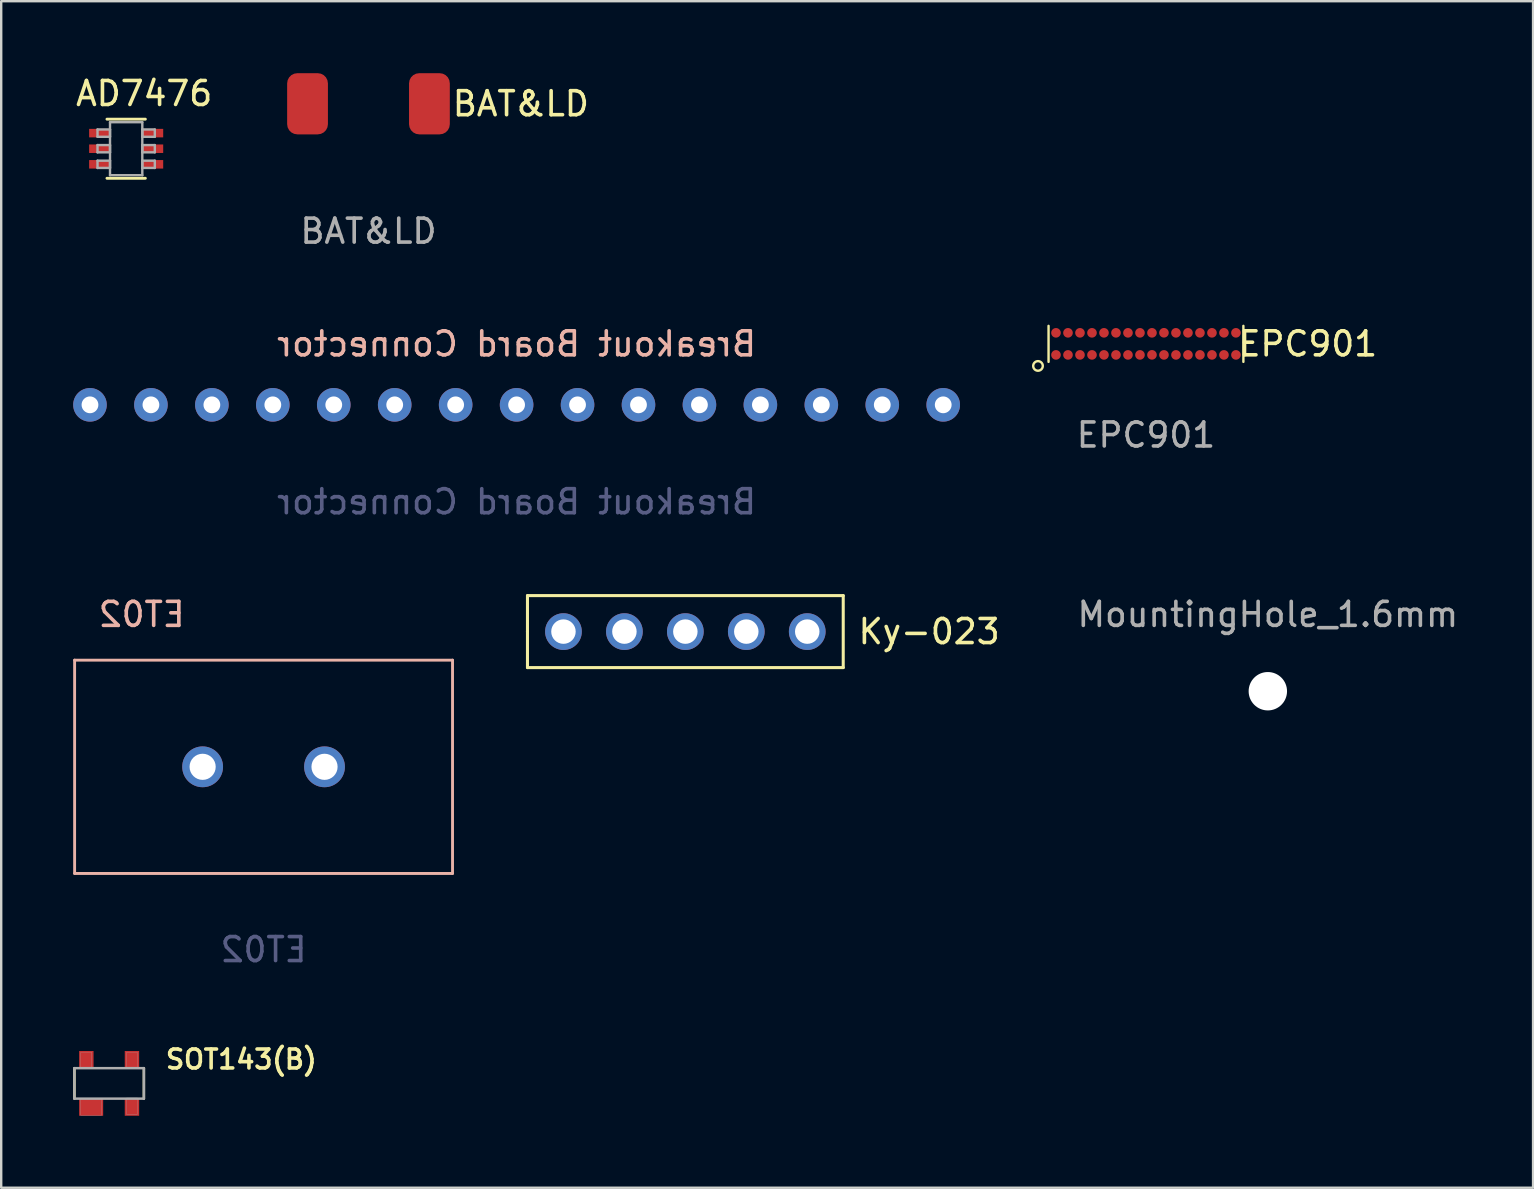
<source format=kicad_pcb>
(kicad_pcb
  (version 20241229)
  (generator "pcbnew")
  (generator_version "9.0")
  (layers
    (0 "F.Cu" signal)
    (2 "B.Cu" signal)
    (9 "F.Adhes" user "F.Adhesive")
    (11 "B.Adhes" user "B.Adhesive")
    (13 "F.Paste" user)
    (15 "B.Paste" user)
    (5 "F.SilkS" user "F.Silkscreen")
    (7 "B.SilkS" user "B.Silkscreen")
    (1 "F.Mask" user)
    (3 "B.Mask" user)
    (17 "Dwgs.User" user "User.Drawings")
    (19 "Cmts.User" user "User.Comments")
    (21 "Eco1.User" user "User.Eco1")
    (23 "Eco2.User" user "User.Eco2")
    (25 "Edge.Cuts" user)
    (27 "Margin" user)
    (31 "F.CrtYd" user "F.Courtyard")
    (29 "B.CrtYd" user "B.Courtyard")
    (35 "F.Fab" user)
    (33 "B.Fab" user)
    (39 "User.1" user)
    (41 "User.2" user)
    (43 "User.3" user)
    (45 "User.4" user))
  (footprint "Ky-023"
    (layer "F.Cu")
    (at 20.433 23.273)
    (property "Reference" "Ky-023" (at 15.24 0 0) (layer "F.SilkS") (effects (font (size 1.003 1.003) (thickness 0.15))))
    (attr through_hole)
    (fp_line (start -1.5 -1.5) (end 11.66 -1.5) (stroke (width 0.127) (type solid)) (layer "F.SilkS"))
    (fp_line (start -1.5 -0.01) (end -1.5 -1.5) (stroke (width 0.127) (type solid)) (layer "F.SilkS"))
    (fp_line (start -1.5 0) (end -1.5 -0.01) (stroke (width 0.127) (type solid)) (layer "F.SilkS"))
    (fp_line (start -1.5 1.5) (end -1.5 0) (stroke (width 0.127) (type solid)) (layer "F.SilkS"))
    (fp_line (start 11.66 -1.5) (end 11.66 1.5) (stroke (width 0.127) (type solid)) (layer "F.SilkS"))
    (fp_line (start 11.66 1.5) (end -1.5 1.5) (stroke (width 0.127) (type solid)) (layer "F.SilkS"))
    (pad "1" thru_hole circle (at 0 0) (size 1.53 1.53) (drill 1.02) (layers "*.Cu" "*.Mask"))
    (pad "2" thru_hole circle (at 2.54 0) (size 1.53 1.53) (drill 1.02) (layers "*.Cu" "*.Mask"))
    (pad "3" thru_hole circle (at 5.08 0) (size 1.53 1.53) (drill 1.02) (layers "*.Cu" "*.Mask"))
    (pad "4" thru_hole circle (at 7.62 0) (size 1.53 1.53) (drill 1.02) (layers "*.Cu" "*.Mask"))
    (pad "5" thru_hole circle (at 10.16 0) (size 1.53 1.53) (drill 1.02) (layers "*.Cu" "*.Mask")))
  (footprint "MountingHole_1.6mm"
    (layer "F.Cu")
    (at 49.789 25.758)
    (property "Reference" "MountingHole_1.6mm" (at 0 -3.2 0) (layer "F.Fab") (effects (font (size 1 1) (thickness 0.15))))
    (attr exclude_from_pos_files exclude_from_bom)
    (pad "" np_thru_hole circle (at 0 0) (size 1.6 1.6) (drill 1.6) (layers "*.Cu" "*.Mask")))
  (footprint "BAT&LD"
    (layer "F.Cu")
    (at 12.307 1.275)
    (property "Reference" "BAT&LD" (at 6.35 0 0) (unlocked yes) (layer "F.SilkS") (effects (font (size 1 1) (thickness 0.15))))
    (attr smd)
    (fp_text user "${REFERENCE}" (at 0 5.31 0) (unlocked yes) (layer "F.Fab") (effects (font (size 1 1) (thickness 0.15))))
    (pad "1" smd roundrect (at -2.54 0 90) (size 2.55 1.7) (layers "F.Cu" "F.Mask" "F.Paste") (roundrect_rratio 0.25))
    (pad "2" smd roundrect (at 2.54 0 90) (size 2.55 1.7) (layers "F.Cu" "F.Mask" "F.Paste") (roundrect_rratio 0.25)))
  (footprint "ET02"
    (layer "F.Cu")
    (at 7.935 28.908)
    (property "Reference" "ET02" (at -5.08 -6.35 0) (unlocked yes) (layer "B.SilkS") (effects (font (size 1 1) (thickness 0.15)) (justify mirror)))
    (attr through_hole)
    (fp_line (start -7.875 -4.445) (end -7.875 4.445) (stroke (width 0.12) (type solid)) (layer "B.SilkS"))
    (fp_line (start -7.875 -4.445) (end 7.875 -4.445) (stroke (width 0.12) (type solid)) (layer "B.SilkS"))
    (fp_line (start -7.875 4.445) (end 7.875 4.445) (stroke (width 0.12) (type solid)) (layer "B.SilkS"))
    (fp_line (start 7.875 -4.445) (end 7.875 4.445) (stroke (width 0.12) (type solid)) (layer "B.SilkS"))
    (fp_text user "${REFERENCE}" (at 0 7.62 0) (unlocked yes) (layer "B.Fab") (effects (font (size 1 1) (thickness 0.15)) (justify mirror)))
    (pad "1" thru_hole circle (at -2.54 0) (size 1.7 1.7) (drill 1.09) (layers "*.Cu" "*.Mask"))
    (pad "2" thru_hole circle (at 2.54 0) (size 1.7 1.7) (drill 1.09) (layers "*.Cu" "*.Mask")))
  (footprint "Breakout Board Connector"
    (layer "F.Cu")
    (at 18.48 13.822)
    (property "Reference" "Breakout Board Connector" (at 0 -2.54 0) (unlocked yes) (layer "B.SilkS") (effects (font (size 1 1) (thickness 0.15)) (justify mirror)))
    (attr through_hole)
    (fp_text user "${REFERENCE}" (at 0 4.04 0) (unlocked yes) (layer "B.Fab") (effects (font (size 1 1) (thickness 0.15)) (justify mirror)))
    (pad "1" thru_hole circle (at -17.78 0) (size 1.4 1.4) (drill 0.7) (layers "*.Cu" "*.Mask"))
    (pad "2" thru_hole circle (at -15.24 0) (size 1.4 1.4) (drill 0.7) (layers "*.Cu" "*.Mask"))
    (pad "3" thru_hole circle (at -12.7 0) (size 1.4 1.4) (drill 0.7) (layers "*.Cu" "*.Mask"))
    (pad "4" thru_hole circle (at -10.16 0) (size 1.4 1.4) (drill 0.7) (layers "*.Cu" "*.Mask"))
    (pad "5" thru_hole circle (at -7.62 0) (size 1.4 1.4) (drill 0.7) (layers "*.Cu" "*.Mask"))
    (pad "6" thru_hole circle (at -5.08 0) (size 1.4 1.4) (drill 0.7) (layers "*.Cu" "*.Mask"))
    (pad "7" thru_hole circle (at -2.54 0) (size 1.4 1.4) (drill 0.7) (layers "*.Cu" "*.Mask"))
    (pad "8" thru_hole circle (at 0 0) (size 1.4 1.4) (drill 0.7) (layers "*.Cu" "*.Mask"))
    (pad "9" thru_hole circle (at 2.54 0) (size 1.4 1.4) (drill 0.7) (layers "*.Cu" "*.Mask"))
    (pad "10" thru_hole circle (at 5.08 0) (size 1.4 1.4) (drill 0.7) (layers "*.Cu" "*.Mask"))
    (pad "11" thru_hole circle (at 7.62 0) (size 1.4 1.4) (drill 0.7) (layers "*.Cu" "*.Mask"))
    (pad "12" thru_hole circle (at 10.16 0) (size 1.4 1.4) (drill 0.7) (layers "*.Cu" "*.Mask"))
    (pad "13" thru_hole circle (at 12.7 0) (size 1.4 1.4) (drill 0.7) (layers "*.Cu" "*.Mask"))
    (pad "14" thru_hole circle (at 15.24 0) (size 1.4 1.4) (drill 0.7) (layers "*.Cu" "*.Mask"))
    (pad "15" thru_hole circle (at 17.78 0) (size 1.4 1.4) (drill 0.7) (layers "*.Cu" "*.Mask")))
  (footprint "AD7476"
    (layer "F.Cu")
    (at 2.208 3.148)
    (property "Reference" "AD7476" (at 0.75 -2.3 0) (layer "F.SilkS") (effects (font (size 1 1) (thickness 0.15))))
    (attr through_hole)
    (fp_line (start -0.8 1.232) (end 0.8 1.232) (stroke (width 0.12) (type solid)) (layer "F.SilkS"))
    (fp_line (start 0.8 -1.232) (end -0.8 -1.232) (stroke (width 0.12) (type solid)) (layer "F.SilkS"))
    (fp_line (start -1.194 -0.802) (end -1.194 -0.498) (stroke (width 0.1) (type solid)) (layer "F.Fab"))
    (fp_line (start -1.194 -0.498) (end -0.673 -0.498) (stroke (width 0.1) (type solid)) (layer "F.Fab"))
    (fp_line (start -1.194 -0.152) (end -1.194 0.152) (stroke (width 0.1) (type solid)) (layer "F.Fab"))
    (fp_line (start -1.194 0.152) (end -0.673 0.152) (stroke (width 0.1) (type solid)) (layer "F.Fab"))
    (fp_line (start -1.194 0.498) (end -1.194 0.802) (stroke (width 0.1) (type solid)) (layer "F.Fab"))
    (fp_line (start -1.194 0.802) (end -0.673 0.802) (stroke (width 0.1) (type solid)) (layer "F.Fab"))
    (fp_line (start -0.673 -1.105) (end -0.673 1.105) (stroke (width 0.1) (type solid)) (layer "F.Fab"))
    (fp_line (start -0.673 -0.802) (end -1.194 -0.802) (stroke (width 0.1) (type solid)) (layer "F.Fab"))
    (fp_line (start -0.673 -0.498) (end -0.673 -0.802) (stroke (width 0.1) (type solid)) (layer "F.Fab"))
    (fp_line (start -0.673 -0.152) (end -1.194 -0.152) (stroke (width 0.1) (type solid)) (layer "F.Fab"))
    (fp_line (start -0.673 0.152) (end -0.673 -0.152) (stroke (width 0.1) (type solid)) (layer "F.Fab"))
    (fp_line (start -0.673 0.498) (end -1.194 0.498) (stroke (width 0.1) (type solid)) (layer "F.Fab"))
    (fp_line (start -0.673 0.802) (end -0.673 0.498) (stroke (width 0.1) (type solid)) (layer "F.Fab"))
    (fp_line (start -0.673 1.105) (end 0.673 1.105) (stroke (width 0.1) (type solid)) (layer "F.Fab"))
    (fp_line (start 0.673 -1.105) (end -0.673 -1.105) (stroke (width 0.1) (type solid)) (layer "F.Fab"))
    (fp_line (start 0.673 -0.802) (end 0.673 -0.498) (stroke (width 0.1) (type solid)) (layer "F.Fab"))
    (fp_line (start 0.673 -0.498) (end 1.194 -0.498) (stroke (width 0.1) (type solid)) (layer "F.Fab"))
    (fp_line (start 0.673 -0.152) (end 0.673 0.152) (stroke (width 0.1) (type solid)) (layer "F.Fab"))
    (fp_line (start 0.673 0.152) (end 1.194 0.152) (stroke (width 0.1) (type solid)) (layer "F.Fab"))
    (fp_line (start 0.673 0.498) (end 0.673 0.802) (stroke (width 0.1) (type solid)) (layer "F.Fab"))
    (fp_line (start 0.673 0.802) (end 1.194 0.802) (stroke (width 0.1) (type solid)) (layer "F.Fab"))
    (fp_line (start 0.673 1.105) (end 0.673 -1.105) (stroke (width 0.1) (type solid)) (layer "F.Fab"))
    (fp_line (start 1.194 -0.802) (end 0.673 -0.802) (stroke (width 0.1) (type solid)) (layer "F.Fab"))
    (fp_line (start 1.194 -0.498) (end 1.194 -0.802) (stroke (width 0.1) (type solid)) (layer "F.Fab"))
    (fp_line (start 1.194 -0.152) (end 0.673 -0.152) (stroke (width 0.1) (type solid)) (layer "F.Fab"))
    (fp_line (start 1.194 0.152) (end 1.194 -0.152) (stroke (width 0.1) (type solid)) (layer "F.Fab"))
    (fp_line (start 1.194 0.498) (end 0.673 0.498) (stroke (width 0.1) (type solid)) (layer "F.Fab"))
    (fp_line (start 1.194 0.802) (end 1.194 0.498) (stroke (width 0.1) (type solid)) (layer "F.Fab"))
    (pad "1" smd rect (at -1.108 -0.65) (size 0.871 0.355) (layers "F.Cu" "F.Mask" "F.Paste"))
    (pad "2" smd rect (at -1.108 0) (size 0.871 0.355) (layers "F.Cu" "F.Mask" "F.Paste"))
    (pad "3" smd rect (at -1.108 0.65) (size 0.871 0.355) (layers "F.Cu" "F.Mask" "F.Paste"))
    (pad "4" smd rect (at 1.108 0.65) (size 0.871 0.355) (layers "F.Cu" "F.Mask" "F.Paste"))
    (pad "5" smd rect (at 1.108 0) (size 0.871 0.355) (layers "F.Cu" "F.Mask" "F.Paste"))
    (pad "6" smd rect (at 1.108 -0.65) (size 0.871 0.355) (layers "F.Cu" "F.Mask" "F.Paste")))
  (footprint "SOT143(B)"
    (layer "F.Cu")
    (at 1.499 42.102)
    (property "Reference" "SOT143(B)" (at 5.507 -1.001 0) (layer "F.SilkS") (effects (font (size 0.788 0.788) (thickness 0.15))))
    (attr through_hole)
    (fp_line (start -1.448 0.635) (end -1.448 -0.635) (stroke (width 0.102) (type solid)) (layer "F.SilkS"))
    (fp_line (start 1.448 0.635) (end 1.448 -0.635) (stroke (width 0.102) (type solid)) (layer "F.SilkS"))
    (fp_line (start -1.448 -0.635) (end 1.448 -0.635) (stroke (width 0.102) (type solid)) (layer "F.Fab"))
    (fp_line (start -1.448 0.635) (end -1.448 -0.635) (stroke (width 0.102) (type solid)) (layer "F.Fab"))
    (fp_line (start -1.448 0.635) (end 1.448 0.635) (stroke (width 0.102) (type solid)) (layer "F.Fab"))
    (fp_line (start 1.448 0.635) (end 1.448 -0.635) (stroke (width 0.102) (type solid)) (layer "F.Fab"))
    (fp_poly (pts (xy -1.196 0.635) (xy -0.305 0.635) (xy -0.305 1.323) (xy -1.196 1.323)) (stroke (width 0.01) (type solid)) (fill no) (layer "F.Fab"))
    (fp_poly (pts (xy -1.182 -1.293) (xy -0.721 -1.293) (xy -0.721 -0.609) (xy -1.182 -0.609)) (stroke (width 0.01) (type solid)) (fill no) (layer "F.Fab"))
    (fp_poly (pts (xy 0.722 0.607) (xy 1.179 0.607) (xy 1.179 1.293) (xy 0.722 1.293)) (stroke (width 0.01) (type solid)) (fill no) (layer "F.Fab"))
    (fp_poly (pts (xy 0.723 -1.293) (xy 1.179 -1.293) (xy 1.179 -0.608) (xy 0.723 -0.608)) (stroke (width 0.01) (type solid)) (fill no) (layer "F.Fab"))
    (pad "1" smd rect (at -0.75 1) (size 1 0.7) (layers "F.Cu" "F.Mask" "F.Paste"))
    (pad "2" smd rect (at 0.95 1) (size 0.6 0.7) (layers "F.Cu" "F.Mask" "F.Paste"))
    (pad "3" smd rect (at 0.95 -1) (size 0.6 0.7) (layers "F.Cu" "F.Mask" "F.Paste"))
    (pad "4" smd rect (at -0.95 -1) (size 0.6 0.7) (layers "F.Cu" "F.Mask" "F.Paste")))
  (footprint "EPC901"
    (layer "F.Cu")
    (at 44.71 11.281)
    (property "Reference" "EPC901" (at 6.75 0 0) (unlocked yes) (layer "F.SilkS") (effects (font (size 1 1) (thickness 0.15))))
    (attr smd)
    (fp_line (start -4.06 0.75) (end -4.06 -0.75) (stroke (width 0.1) (type solid)) (layer "F.SilkS"))
    (fp_line (start 4.06 -0.75) (end 4.06 0.75) (stroke (width 0.1) (type solid)) (layer "F.SilkS"))
    (fp_circle (center -4.5 0.92) (end -4.3 0.92) (stroke (width 0.1) (type solid)) (fill no) (layer "F.SilkS"))
    (fp_text user "${REFERENCE}" (at 0 3.8 0) (unlocked yes) (layer "F.Fab") (effects (font (size 1 1) (thickness 0.15))))
    (pad "1" smd circle (at -3.75 0.46) (size 0.4 0.4) (layers "F.Cu" "F.Mask" "F.Paste"))
    (pad "2" smd circle (at -3.25 0.46) (size 0.4 0.4) (layers "F.Cu" "F.Mask" "F.Paste"))
    (pad "3" smd circle (at -2.75 0.46) (size 0.4 0.4) (layers "F.Cu" "F.Mask" "F.Paste"))
    (pad "4" smd circle (at -2.25 0.46) (size 0.4 0.4) (layers "F.Cu" "F.Mask" "F.Paste"))
    (pad "5" smd circle (at -1.75 0.46) (size 0.4 0.4) (layers "F.Cu" "F.Mask" "F.Paste"))
    (pad "6" smd circle (at -1.25 0.46) (size 0.4 0.4) (layers "F.Cu" "F.Mask" "F.Paste"))
    (pad "7" smd circle (at -0.75 0.46) (size 0.4 0.4) (layers "F.Cu" "F.Mask" "F.Paste"))
    (pad "8" smd circle (at -0.25 0.46) (size 0.4 0.4) (layers "F.Cu" "F.Mask" "F.Paste"))
    (pad "9" smd circle (at 0.25 0.458) (size 0.4 0.4) (layers "F.Cu" "F.Mask" "F.Paste"))
    (pad "10" smd circle (at 0.75 0.46) (size 0.4 0.4) (layers "F.Cu" "F.Mask" "F.Paste"))
    (pad "11" smd circle (at 1.25 0.46) (size 0.4 0.4) (layers "F.Cu" "F.Mask" "F.Paste"))
    (pad "12" smd circle (at 1.75 0.46) (size 0.4 0.4) (layers "F.Cu" "F.Mask" "F.Paste"))
    (pad "13" smd circle (at 2.25 0.46) (size 0.4 0.4) (layers "F.Cu" "F.Mask" "F.Paste"))
    (pad "14" smd circle (at 2.75 0.46) (size 0.4 0.4) (layers "F.Cu" "F.Mask" "F.Paste"))
    (pad "15" smd circle (at 3.25 0.46) (size 0.4 0.4) (layers "F.Cu" "F.Mask" "F.Paste"))
    (pad "16" smd circle (at 3.75 0.46) (size 0.4 0.4) (layers "F.Cu" "F.Mask" "F.Paste"))
    (pad "17" smd circle (at 3.75 -0.46) (size 0.4 0.4) (layers "F.Cu" "F.Mask" "F.Paste"))
    (pad "18" smd circle (at 3.25 -0.46) (size 0.4 0.4) (layers "F.Cu" "F.Mask" "F.Paste"))
    (pad "19" smd circle (at 2.75 -0.46) (size 0.4 0.4) (layers "F.Cu" "F.Mask" "F.Paste"))
    (pad "20" smd circle (at 2.25 -0.46) (size 0.4 0.4) (layers "F.Cu" "F.Mask" "F.Paste"))
    (pad "21" smd circle (at 1.75 -0.46) (size 0.4 0.4) (layers "F.Cu" "F.Mask" "F.Paste"))
    (pad "22" smd circle (at 1.25 -0.46) (size 0.4 0.4) (layers "F.Cu" "F.Mask" "F.Paste"))
    (pad "23" smd circle (at 0.75 -0.462) (size 0.4 0.4) (layers "F.Cu" "F.Mask" "F.Paste"))
    (pad "24" smd circle (at 0.25 -0.46) (size 0.4 0.4) (layers "F.Cu" "F.Mask" "F.Paste"))
    (pad "25" smd circle (at -0.25 -0.46) (size 0.4 0.4) (layers "F.Cu" "F.Mask" "F.Paste"))
    (pad "26" smd circle (at -0.75 -0.46) (size 0.4 0.4) (layers "F.Cu" "F.Mask" "F.Paste"))
    (pad "27" smd circle (at -1.25 -0.46) (size 0.4 0.4) (layers "F.Cu" "F.Mask" "F.Paste"))
    (pad "28" smd circle (at -1.75 -0.46) (size 0.4 0.4) (layers "F.Cu" "F.Mask" "F.Paste"))
    (pad "29" smd circle (at -2.25 -0.46 90) (size 0.4 0.4) (layers "F.Cu" "F.Mask" "F.Paste"))
    (pad "30" smd circle (at -2.75 -0.46) (size 0.4 0.4) (layers "F.Cu" "F.Mask" "F.Paste"))
    (pad "31" smd circle (at -3.25 -0.46) (size 0.4 0.4) (layers "F.Cu" "F.Mask" "F.Paste"))
    (pad "32" smd circle (at -3.75 -0.46) (size 0.4 0.4) (layers "F.Cu" "F.Mask" "F.Paste")))
  (gr_rect
    (start -3 -3)
    (end 60.843 46.452)
    (stroke (width 0.1) (type default))
    (fill no)
    (layer "Edge.Cuts")))
</source>
